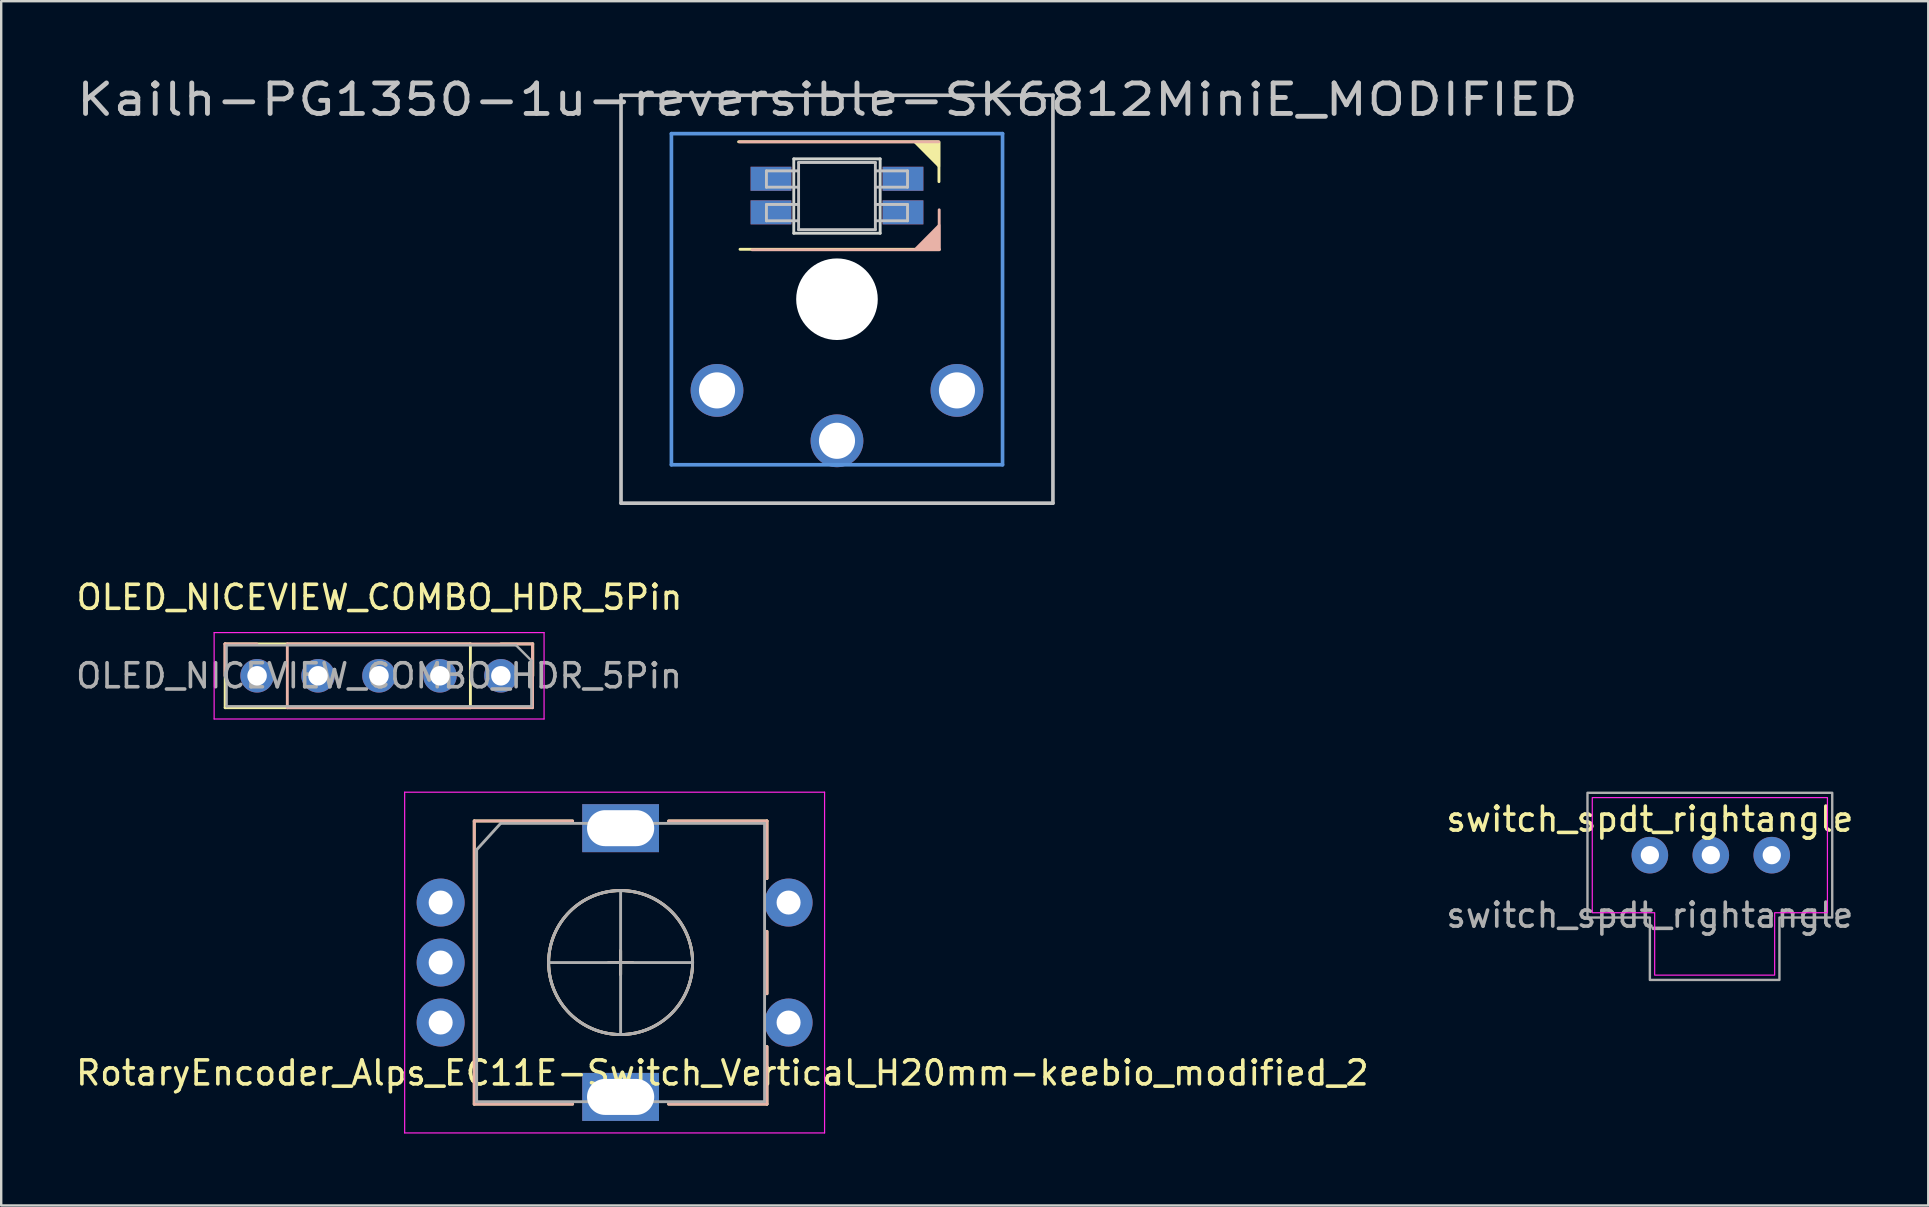
<source format=kicad_pcb>
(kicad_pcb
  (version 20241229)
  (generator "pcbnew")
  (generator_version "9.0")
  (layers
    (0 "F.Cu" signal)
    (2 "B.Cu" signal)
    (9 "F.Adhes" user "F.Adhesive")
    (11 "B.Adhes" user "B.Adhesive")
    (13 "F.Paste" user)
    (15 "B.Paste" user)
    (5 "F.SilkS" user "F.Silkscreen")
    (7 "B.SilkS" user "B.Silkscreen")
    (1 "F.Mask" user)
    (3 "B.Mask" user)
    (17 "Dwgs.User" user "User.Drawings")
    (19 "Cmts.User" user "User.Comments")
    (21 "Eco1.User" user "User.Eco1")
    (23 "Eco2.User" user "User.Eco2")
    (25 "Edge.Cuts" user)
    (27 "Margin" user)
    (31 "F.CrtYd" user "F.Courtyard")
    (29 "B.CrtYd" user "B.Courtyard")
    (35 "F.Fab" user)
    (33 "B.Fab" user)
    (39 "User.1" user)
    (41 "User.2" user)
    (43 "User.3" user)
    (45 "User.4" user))
  (footprint "Kailh-PG1350-1u-reversible-SK6812MiniE_MODIFIED"
    (layer "F.Cu")
    (at 31.831 9.42)
    (property "Reference" "Kailh-PG1350-1u-reversible-SK6812MiniE_MODIFIED" (at -0.4 -8.32 180) (layer "Dwgs.User") (effects (font (size 1.27 1.524) (thickness 0.203))))
    (attr through_hole)
    (fp_line (start -4.1 -6.561) (end 4.2 -6.561) (stroke (width 0.12) (type solid)) (layer "F.SilkS"))
    (fp_line (start 4.25 -6.551) (end 4.25 -4.9) (stroke (width 0.12) (type solid)) (layer "F.SilkS"))
    (fp_line (start 4.26 -2.079) (end -4.04 -2.081) (stroke (width 0.12) (type solid)) (layer "F.SilkS"))
    (fp_poly (pts (xy 3.242 -6.549) (xy 4.25 -6.551) (xy 4.25 -5.535)) (stroke (width 0.1) (type solid)) (fill yes) (layer "F.SilkS"))
    (fp_line (start -3.54 -2.061) (end 4.26 -2.061) (stroke (width 0.12) (type solid)) (layer "B.SilkS"))
    (fp_line (start 4.24 -6.56) (end -4.06 -6.56) (stroke (width 0.12) (type solid)) (layer "B.SilkS"))
    (fp_line (start 4.26 -2.075) (end 4.26 -3.726) (stroke (width 0.12) (type solid)) (layer "B.SilkS"))
    (fp_poly (pts (xy 4.26 -3.091) (xy 4.26 -2.075) (xy 3.252 -2.075)) (stroke (width 0.1) (type solid)) (fill yes) (layer "B.SilkS"))
    (fp_line (start -9 -8.5) (end 9 -8.5) (stroke (width 0.152) (type solid)) (layer "Dwgs.User"))
    (fp_line (start -9 8.5) (end -9 -8.5) (stroke (width 0.152) (type solid)) (layer "Dwgs.User"))
    (fp_line (start -2.94 -5.349) (end -2.94 -4.669) (stroke (width 0.12) (type solid)) (layer "Dwgs.User"))
    (fp_line (start -2.94 -4.669) (end -1.6 -4.669) (stroke (width 0.12) (type solid)) (layer "Dwgs.User"))
    (fp_line (start -2.94 -3.949) (end -2.94 -3.269) (stroke (width 0.12) (type solid)) (layer "Dwgs.User"))
    (fp_line (start -2.94 -3.269) (end -1.6 -3.269) (stroke (width 0.12) (type solid)) (layer "Dwgs.User"))
    (fp_line (start -1.6 -5.699) (end -1.6 -2.899) (stroke (width 0.12) (type solid)) (layer "Dwgs.User"))
    (fp_line (start -1.6 -5.699) (end 1.6 -5.699) (stroke (width 0.12) (type solid)) (layer "Dwgs.User"))
    (fp_line (start -1.6 -5.349) (end -2.94 -5.349) (stroke (width 0.12) (type solid)) (layer "Dwgs.User"))
    (fp_line (start -1.6 -3.949) (end -2.94 -3.949) (stroke (width 0.12) (type solid)) (layer "Dwgs.User"))
    (fp_line (start -1.6 -2.899) (end 1.6 -2.899) (stroke (width 0.12) (type solid)) (layer "Dwgs.User"))
    (fp_line (start 1.6 -5.699) (end 1.6 -2.899) (stroke (width 0.12) (type solid)) (layer "Dwgs.User"))
    (fp_line (start 1.6 -4.669) (end 2.94 -4.669) (stroke (width 0.12) (type solid)) (layer "Dwgs.User"))
    (fp_line (start 1.6 -3.269) (end 2.94 -3.269) (stroke (width 0.12) (type solid)) (layer "Dwgs.User"))
    (fp_line (start 2.94 -5.349) (end 1.6 -5.349) (stroke (width 0.12) (type solid)) (layer "Dwgs.User"))
    (fp_line (start 2.94 -4.669) (end 2.94 -5.349) (stroke (width 0.12) (type solid)) (layer "Dwgs.User"))
    (fp_line (start 2.94 -3.949) (end 1.6 -3.949) (stroke (width 0.12) (type solid)) (layer "Dwgs.User"))
    (fp_line (start 2.94 -3.269) (end 2.94 -3.949) (stroke (width 0.12) (type solid)) (layer "Dwgs.User"))
    (fp_line (start 9 -8.5) (end 9 8.5) (stroke (width 0.152) (type solid)) (layer "Dwgs.User"))
    (fp_line (start 9 8.5) (end -9 8.5) (stroke (width 0.152) (type solid)) (layer "Dwgs.User"))
    (fp_line (start -6.9 -6.9) (end 6.9 -6.9) (stroke (width 0.152) (type solid)) (layer "Cmts.User"))
    (fp_line (start -6.9 6.9) (end -6.9 -6.9) (stroke (width 0.152) (type solid)) (layer "Cmts.User"))
    (fp_line (start 6.9 -6.9) (end 6.9 6.9) (stroke (width 0.152) (type solid)) (layer "Cmts.User"))
    (fp_line (start 6.9 6.9) (end -6.9 6.9) (stroke (width 0.152) (type solid)) (layer "Cmts.User"))
    (fp_line (start -7.5 -7.5) (end 7.5 -7.5) (stroke (width 0.152) (type solid)) (layer "Eco2.User"))
    (fp_line (start -7.5 7.5) (end -7.5 -7.5) (stroke (width 0.152) (type solid)) (layer "Eco2.User"))
    (fp_line (start 7.5 -7.5) (end 7.5 7.5) (stroke (width 0.152) (type solid)) (layer "Eco2.User"))
    (fp_line (start 7.5 7.5) (end -7.5 7.5) (stroke (width 0.152) (type solid)) (layer "Eco2.User"))
    (fp_line (start -1.8 -5.849) (end -1.8 -2.749) (stroke (width 0.12) (type solid)) (layer "Edge.Cuts"))
    (fp_line (start -1.8 -2.749) (end 1.8 -2.749) (stroke (width 0.12) (type solid)) (layer "Edge.Cuts"))
    (fp_line (start 1.8 -5.849) (end -1.8 -5.849) (stroke (width 0.12) (type solid)) (layer "Edge.Cuts"))
    (fp_line (start 1.8 -2.749) (end 1.8 -5.849) (stroke (width 0.12) (type solid)) (layer "Edge.Cuts"))
    (pad "" np_thru_hole circle (at 0 0 180) (size 3.4 3.4) (drill 3.4) (layers "*.Cu" "*.Mask"))
    (pad "1" smd rect (at -2.75 -5.02 180) (size 1.7 1) (layers "B.Cu" "B.Mask" "B.Paste"))
    (pad "1" smd rect (at -2.75 -3.62 180) (size 1.7 1) (layers "F.Cu" "F.Mask" "F.Paste"))
    (pad "2" smd rect (at -2.75 -5.02 180) (size 1.7 1) (layers "F.Cu" "F.Mask" "F.Paste"))
    (pad "2" smd rect (at -2.75 -3.62 180) (size 1.7 1) (layers "B.Cu" "B.Mask" "B.Paste"))
    (pad "3" smd rect (at 2.75 -5.02 180) (size 1.7 1) (layers "F.Cu" "F.Mask" "F.Paste"))
    (pad "3" smd rect (at 2.75 -3.62 180) (size 1.7 1) (layers "B.Cu" "B.Mask" "B.Paste"))
    (pad "4" smd rect (at 2.75 -5.02 180) (size 1.7 1) (layers "B.Cu" "B.Mask" "B.Paste"))
    (pad "4" smd rect (at 2.75 -3.62 180) (size 1.7 1) (layers "F.Cu" "F.Mask" "F.Paste"))
    (pad "5" thru_hole circle (at 0 5.9 180) (size 2.2 2.2) (drill 1.505) (layers "*.Cu" "*.Mask"))
    (pad "6" thru_hole circle (at -5 3.8 41.9) (size 2.2 2.2) (drill 1.505) (layers "*.Cu" "B.Mask"))
    (pad "6" thru_hole circle (at 5 3.8 41.9) (size 2.2 2.2) (drill 1.505) (layers "*.Cu" "F.Mask")))
  (footprint "RotaryEncoder_Alps_EC11E-Switch_Vertical_H20mm-keebio_modified_2"
    (layer "F.Cu")
    (at 22.814 37.064)
    (property "Reference" "RotaryEncoder_Alps_EC11E-Switch_Vertical_H20mm-keebio_modified_2" (at 4.24 4.6 0) (layer "F.SilkS") (effects (font (size 1 1) (thickness 0.15))))
    (attr through_hole)
    (fp_line (start -6.1 -5.9) (end -6.1 5.9) (stroke (width 0.12) (type solid)) (layer "F.SilkS"))
    (fp_line (start -2 -5.9) (end -6.1 -5.9) (stroke (width 0.12) (type solid)) (layer "F.SilkS"))
    (fp_line (start -2 5.9) (end -6.1 5.9) (stroke (width 0.12) (type solid)) (layer "F.SilkS"))
    (fp_line (start -0.5 0) (end 0.5 0) (stroke (width 0.12) (type solid)) (layer "F.SilkS"))
    (fp_line (start 0 -0.5) (end 0 0.5) (stroke (width 0.12) (type solid)) (layer "F.SilkS"))
    (fp_line (start 2 -5.9) (end 6.1 -5.9) (stroke (width 0.12) (type solid)) (layer "F.SilkS"))
    (fp_line (start 6.1 -5.9) (end 6.1 -3.5) (stroke (width 0.12) (type solid)) (layer "F.SilkS"))
    (fp_line (start 6.1 -1.3) (end 6.1 1.3) (stroke (width 0.12) (type solid)) (layer "F.SilkS"))
    (fp_line (start 6.1 3.5) (end 6.1 5.9) (stroke (width 0.12) (type solid)) (layer "F.SilkS"))
    (fp_line (start 6.1 5.9) (end 2 5.9) (stroke (width 0.12) (type solid)) (layer "F.SilkS"))
    (fp_circle (center 0 0) (end 3 0) (stroke (width 0.12) (type solid)) (fill no) (layer "F.SilkS"))
    (fp_line (start -6.1 -5.9) (end -6.1 5.9) (stroke (width 0.12) (type solid)) (layer "B.SilkS"))
    (fp_line (start -2 -5.9) (end -6.1 -5.9) (stroke (width 0.12) (type solid)) (layer "B.SilkS"))
    (fp_line (start -2 5.9) (end -6.1 5.9) (stroke (width 0.12) (type solid)) (layer "B.SilkS"))
    (fp_line (start -0.5 0) (end 0.5 0) (stroke (width 0.12) (type solid)) (layer "B.SilkS"))
    (fp_line (start 0 -0.5) (end 0 0.5) (stroke (width 0.12) (type solid)) (layer "B.SilkS"))
    (fp_line (start 2 -5.9) (end 6.1 -5.9) (stroke (width 0.12) (type solid)) (layer "B.SilkS"))
    (fp_line (start 6.1 -5.9) (end 6.1 -3.5) (stroke (width 0.12) (type solid)) (layer "B.SilkS"))
    (fp_line (start 6.1 -1.3) (end 6.1 1.3) (stroke (width 0.12) (type solid)) (layer "B.SilkS"))
    (fp_line (start 6.1 3.5) (end 6.1 5.9) (stroke (width 0.12) (type solid)) (layer "B.SilkS"))
    (fp_line (start 6.1 5.9) (end 2 5.9) (stroke (width 0.12) (type solid)) (layer "B.SilkS"))
    (fp_circle (center 0 0) (end 3 0) (stroke (width 0.12) (type solid)) (fill no) (layer "B.SilkS"))
    (fp_line (start -9 -7.1) (end -9 7.1) (stroke (width 0.05) (type solid)) (layer "F.CrtYd"))
    (fp_line (start -9 -7.1) (end 8.5 -7.1) (stroke (width 0.05) (type solid)) (layer "F.CrtYd"))
    (fp_line (start 8.5 7.1) (end -9 7.1) (stroke (width 0.05) (type solid)) (layer "F.CrtYd"))
    (fp_line (start 8.5 7.1) (end 8.5 -7.1) (stroke (width 0.05) (type solid)) (layer "F.CrtYd"))
    (fp_line (start -6 -4.7) (end -5 -5.8) (stroke (width 0.12) (type solid)) (layer "F.Fab"))
    (fp_line (start -6 5.8) (end -6 -4.7) (stroke (width 0.12) (type solid)) (layer "F.Fab"))
    (fp_line (start -5 -5.8) (end 6 -5.8) (stroke (width 0.12) (type solid)) (layer "F.Fab"))
    (fp_line (start -3 0) (end 3 0) (stroke (width 0.12) (type solid)) (layer "F.Fab"))
    (fp_line (start 0 -3) (end 0 3) (stroke (width 0.12) (type solid)) (layer "F.Fab"))
    (fp_line (start 6 -5.8) (end 6 5.8) (stroke (width 0.12) (type solid)) (layer "F.Fab"))
    (fp_line (start 6 5.8) (end -6 5.8) (stroke (width 0.12) (type solid)) (layer "F.Fab"))
    (fp_circle (center 0 0) (end 3 0) (stroke (width 0.12) (type solid)) (fill no) (layer "F.Fab"))
    (pad "A" thru_hole circle (at -7.5 -2.5) (size 2 2) (drill 1) (layers "*.Cu" "*.Mask"))
    (pad "B" thru_hole circle (at -7.5 2.5) (size 2 2) (drill 1) (layers "*.Cu" "*.Mask"))
    (pad "C" thru_hole circle (at -7.5 0) (size 2 2) (drill 1) (layers "*.Cu" "*.Mask"))
    (pad "MP" thru_hole rect (at 0 -5.6) (size 3.2 2) (drill oval 2.8 1.5) (layers "*.Cu" "*.Mask"))
    (pad "MP" thru_hole rect (at 0 5.6) (size 3.2 2) (drill oval 2.8 1.5) (layers "*.Cu" "*.Mask"))
    (pad "S1" thru_hole circle (at 7 2.5) (size 2 2) (drill 1) (layers "*.Cu" "*.Mask"))
    (pad "S2" thru_hole circle (at 7 -2.5) (size 2 2) (drill 1) (layers "*.Cu" "*.Mask")))
  (footprint "switch_spdt_rightangle"
    (layer "F.Cu")
    (at 65.708 32.589)
    (property "Reference" "switch_spdt_rightangle" (at 0 -1.5 0) (unlocked yes) (layer "F.SilkS") (effects (font (size 1 1) (thickness 0.15))))
    (attr through_hole)
    (fp_poly (pts (xy 7.4 2.4) (xy 5.2 2.4) (xy 5.2 5) (xy 0.2 5) (xy 0.2 2.4) (xy -2.4 2.4) (xy -2.4 -2.4) (xy 7.4 -2.4)) (stroke (width 0.05) (type solid)) (fill no) (layer "F.CrtYd"))
    (fp_poly (pts (xy 7.6 2.6) (xy 5.4 2.6) (xy 5.4 5.2) (xy 0 5.2) (xy 0 2.6) (xy -2.6 2.6) (xy -2.6 -2.6) (xy 7.6 -2.6)) (stroke (width 0.1) (type solid)) (fill no) (layer "F.Fab"))
    (fp_text user "${REFERENCE}" (at 0 2.5 0) (unlocked yes) (layer "F.Fab") (effects (font (size 1 1) (thickness 0.15))))
    (pad "1" thru_hole circle (at 0 0) (size 1.524 1.524) (drill 0.762) (layers "*.Cu" "*.Mask"))
    (pad "2" thru_hole circle (at 2.54 0) (size 1.524 1.524) (drill 0.762) (layers "*.Cu" "*.Mask"))
    (pad "3" thru_hole circle (at 5.08 0) (size 1.524 1.524) (drill 0.762) (layers "*.Cu" "*.Mask")))
  (footprint "OLED_NICEVIEW_COMBO_HDR_5Pin"
    (layer "F.Cu")
    (at 12.744 25.114)
    (property "Reference" "OLED_NICEVIEW_COMBO_HDR_5Pin" (at 0.02 -3.27 0) (layer "F.SilkS") (effects (font (size 1 1) (thickness 0.15))))
    (attr through_hole)
    (fp_line (start -6.41 -1.33) (end -6.41 1.33) (stroke (width 0.12) (type solid)) (layer "F.SilkS"))
    (fp_line (start 3.81 -1.33) (end -6.41 -1.33) (stroke (width 0.12) (type solid)) (layer "F.SilkS"))
    (fp_line (start 3.81 -1.33) (end 3.81 1.33) (stroke (width 0.12) (type solid)) (layer "F.SilkS"))
    (fp_line (start 3.81 1.33) (end -6.41 1.33) (stroke (width 0.12) (type solid)) (layer "F.SilkS"))
    (fp_line (start 5.08 -1.33) (end 6.41 -1.33) (stroke (width 0.12) (type solid)) (layer "F.SilkS"))
    (fp_line (start 6.41 -1.33) (end 6.41 0) (stroke (width 0.12) (type solid)) (layer "F.SilkS"))
    (fp_line (start -6.42 -1.33) (end -6.42 0) (stroke (width 0.12) (type solid)) (layer "B.SilkS"))
    (fp_line (start -5.09 -1.33) (end -6.42 -1.33) (stroke (width 0.12) (type solid)) (layer "B.SilkS"))
    (fp_line (start -3.82 -1.33) (end -3.82 1.33) (stroke (width 0.12) (type solid)) (layer "B.SilkS"))
    (fp_line (start -3.82 -1.33) (end 6.4 -1.33) (stroke (width 0.12) (type solid)) (layer "B.SilkS"))
    (fp_line (start -3.82 1.33) (end 6.4 1.33) (stroke (width 0.12) (type solid)) (layer "B.SilkS"))
    (fp_line (start 6.4 -1.33) (end 6.4 1.33) (stroke (width 0.12) (type solid)) (layer "B.SilkS"))
    (fp_line (start -6.87 -1.8) (end -6.87 1.8) (stroke (width 0.05) (type solid)) (layer "F.CrtYd"))
    (fp_line (start -6.87 1.8) (end 6.88 1.8) (stroke (width 0.05) (type solid)) (layer "F.CrtYd"))
    (fp_line (start 6.88 -1.8) (end -6.87 -1.8) (stroke (width 0.05) (type solid)) (layer "F.CrtYd"))
    (fp_line (start 6.88 1.8) (end 6.88 -1.8) (stroke (width 0.05) (type solid)) (layer "F.CrtYd"))
    (fp_line (start -6.35 -1.27) (end 5.715 -1.27) (stroke (width 0.1) (type solid)) (layer "F.Fab"))
    (fp_line (start -6.35 1.27) (end -6.35 -1.27) (stroke (width 0.1) (type solid)) (layer "F.Fab"))
    (fp_line (start 5.715 -1.27) (end 6.35 -0.635) (stroke (width 0.1) (type solid)) (layer "F.Fab"))
    (fp_line (start 6.35 -0.635) (end 6.35 1.27) (stroke (width 0.1) (type solid)) (layer "F.Fab"))
    (fp_line (start 6.35 1.27) (end -6.35 1.27) (stroke (width 0.1) (type solid)) (layer "F.Fab"))
    (fp_text user "${REFERENCE}" (at 0 0 0) (layer "F.Fab") (effects (font (size 1 1) (thickness 0.15))))
    (pad "1" thru_hole circle (at -5.08 0 270) (size 1.397 1.397) (drill 0.813) (layers "*.Cu" "*.Mask"))
    (pad "2" thru_hole circle (at -2.54 0 270) (size 1.397 1.397) (drill 0.813) (layers "*.Cu" "*.Mask"))
    (pad "3" thru_hole circle (at 0 0 270) (size 1.397 1.397) (drill 0.813) (layers "*.Cu" "*.Mask"))
    (pad "4" thru_hole circle (at 2.54 0 270) (size 1.397 1.397) (drill 0.813) (layers "*.Cu" "*.Mask"))
    (pad "5" thru_hole circle (at 5.08 0 270) (size 1.397 1.397) (drill 0.813) (layers "*.Cu" "*.Mask")))
  (gr_rect
    (start -3 -3)
    (end 77.31 47.189)
    (stroke (width 0.1) (type default))
    (fill no)
    (layer "Edge.Cuts")))
</source>
